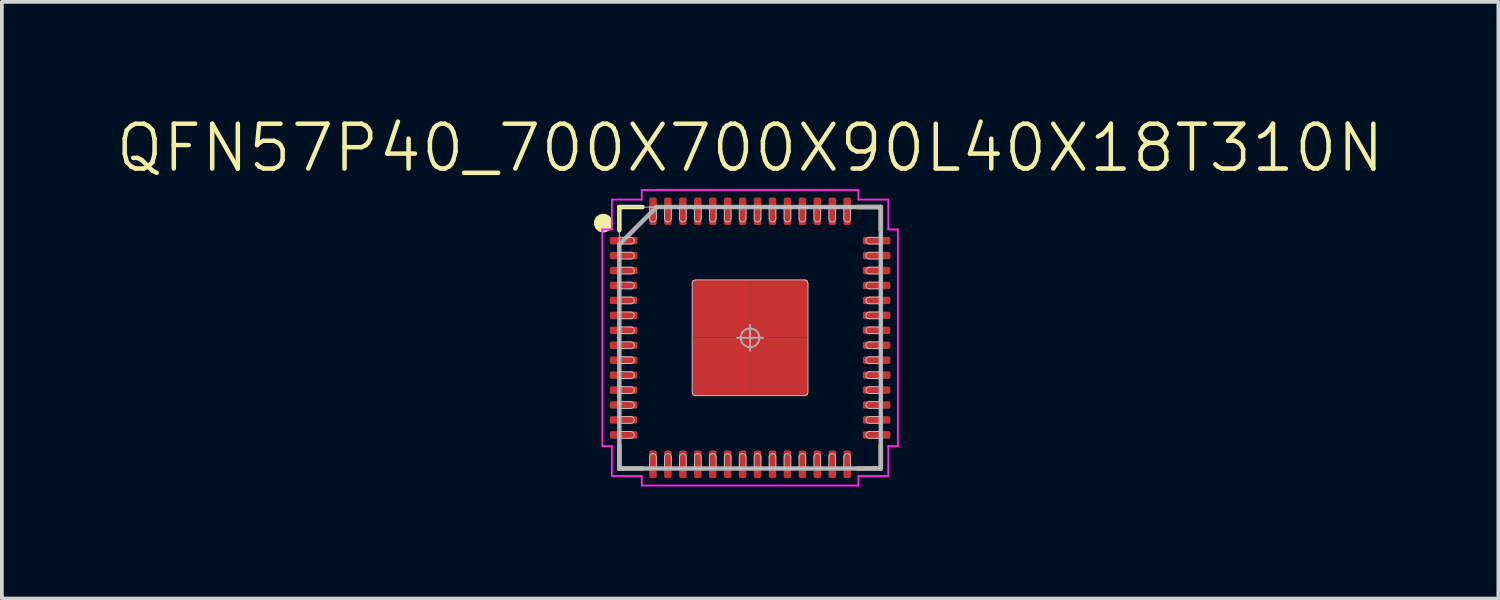
<source format=kicad_pcb>
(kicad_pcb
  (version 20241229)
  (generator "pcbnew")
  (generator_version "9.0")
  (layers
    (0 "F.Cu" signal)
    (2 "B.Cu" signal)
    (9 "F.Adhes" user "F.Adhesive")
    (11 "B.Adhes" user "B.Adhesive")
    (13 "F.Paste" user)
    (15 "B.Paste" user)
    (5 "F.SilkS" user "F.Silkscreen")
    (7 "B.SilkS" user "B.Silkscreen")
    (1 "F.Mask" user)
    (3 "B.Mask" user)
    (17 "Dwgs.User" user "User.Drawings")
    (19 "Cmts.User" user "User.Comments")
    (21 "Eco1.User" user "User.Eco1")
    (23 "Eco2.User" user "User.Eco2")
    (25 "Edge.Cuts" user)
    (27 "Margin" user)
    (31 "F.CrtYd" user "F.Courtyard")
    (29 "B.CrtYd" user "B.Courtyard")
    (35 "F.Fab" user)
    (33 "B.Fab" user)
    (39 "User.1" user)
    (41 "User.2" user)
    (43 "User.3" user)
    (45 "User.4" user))
  (footprint "QFN57P40_700X700X90L40X18T310N"
    (layer "F.Cu")
    (at 17.031 5.993)
    (property "Reference" "QFN57P40_700X700X90L40X18T310N" (at 0 -5.08 0) (layer "F.SilkS") (effects (font (size 1.2 1.2) (thickness 0.12))))
    (attr smd)
    (fp_line (start -3.5 -3.5) (end -2.88 -3.5) (stroke (width 0.12) (type solid)) (layer "F.SilkS"))
    (fp_line (start -3.5 -2.88) (end -3.5 -3.5) (stroke (width 0.12) (type solid)) (layer "F.SilkS"))
    (fp_line (start -3.5 2.88) (end -3.5 3.5) (stroke (width 0.12) (type solid)) (layer "F.SilkS"))
    (fp_line (start -3.5 3.5) (end -2.88 3.5) (stroke (width 0.12) (type solid)) (layer "F.SilkS"))
    (fp_line (start 3.5 -3.5) (end 2.88 -3.5) (stroke (width 0.12) (type solid)) (layer "F.SilkS"))
    (fp_line (start 3.5 -2.88) (end 3.5 -3.5) (stroke (width 0.12) (type solid)) (layer "F.SilkS"))
    (fp_line (start 3.5 2.88) (end 3.5 3.5) (stroke (width 0.12) (type solid)) (layer "F.SilkS"))
    (fp_line (start 3.5 3.5) (end 2.88 3.5) (stroke (width 0.12) (type solid)) (layer "F.SilkS"))
    (fp_circle (center -3.93 -3.07) (end -3.93 -2.945) (stroke (width 0.25) (type solid)) (fill no) (layer "F.SilkS"))
    (fp_line (start -3.5 -3.5) (end 3.5 -3.5) (stroke (width 0.025) (type solid)) (layer "Dwgs.User"))
    (fp_line (start -3.5 -2.69) (end -3.5 -2.51) (stroke (width 0.025) (type solid)) (layer "Dwgs.User"))
    (fp_line (start -3.5 -2.51) (end -3.19 -2.51) (stroke (width 0.025) (type solid)) (layer "Dwgs.User"))
    (fp_line (start -3.5 -2.29) (end -3.5 -2.11) (stroke (width 0.025) (type solid)) (layer "Dwgs.User"))
    (fp_line (start -3.5 -2.11) (end -3.19 -2.11) (stroke (width 0.025) (type solid)) (layer "Dwgs.User"))
    (fp_line (start -3.5 -1.89) (end -3.5 -1.71) (stroke (width 0.025) (type solid)) (layer "Dwgs.User"))
    (fp_line (start -3.5 -1.71) (end -3.19 -1.71) (stroke (width 0.025) (type solid)) (layer "Dwgs.User"))
    (fp_line (start -3.5 -1.49) (end -3.5 -1.31) (stroke (width 0.025) (type solid)) (layer "Dwgs.User"))
    (fp_line (start -3.5 -1.31) (end -3.19 -1.31) (stroke (width 0.025) (type solid)) (layer "Dwgs.User"))
    (fp_line (start -3.5 -1.09) (end -3.5 -0.91) (stroke (width 0.025) (type solid)) (layer "Dwgs.User"))
    (fp_line (start -3.5 -0.91) (end -3.19 -0.91) (stroke (width 0.025) (type solid)) (layer "Dwgs.User"))
    (fp_line (start -3.5 -0.69) (end -3.5 -0.51) (stroke (width 0.025) (type solid)) (layer "Dwgs.User"))
    (fp_line (start -3.5 -0.51) (end -3.19 -0.51) (stroke (width 0.025) (type solid)) (layer "Dwgs.User"))
    (fp_line (start -3.5 -0.29) (end -3.5 -0.11) (stroke (width 0.025) (type solid)) (layer "Dwgs.User"))
    (fp_line (start -3.5 -0.11) (end -3.19 -0.11) (stroke (width 0.025) (type solid)) (layer "Dwgs.User"))
    (fp_line (start -3.5 0.11) (end -3.5 0.29) (stroke (width 0.025) (type solid)) (layer "Dwgs.User"))
    (fp_line (start -3.5 0.29) (end -3.19 0.29) (stroke (width 0.025) (type solid)) (layer "Dwgs.User"))
    (fp_line (start -3.5 0.51) (end -3.5 0.69) (stroke (width 0.025) (type solid)) (layer "Dwgs.User"))
    (fp_line (start -3.5 0.69) (end -3.19 0.69) (stroke (width 0.025) (type solid)) (layer "Dwgs.User"))
    (fp_line (start -3.5 0.91) (end -3.5 1.09) (stroke (width 0.025) (type solid)) (layer "Dwgs.User"))
    (fp_line (start -3.5 1.09) (end -3.19 1.09) (stroke (width 0.025) (type solid)) (layer "Dwgs.User"))
    (fp_line (start -3.5 1.31) (end -3.5 1.49) (stroke (width 0.025) (type solid)) (layer "Dwgs.User"))
    (fp_line (start -3.5 1.49) (end -3.19 1.49) (stroke (width 0.025) (type solid)) (layer "Dwgs.User"))
    (fp_line (start -3.5 1.71) (end -3.5 1.89) (stroke (width 0.025) (type solid)) (layer "Dwgs.User"))
    (fp_line (start -3.5 1.89) (end -3.19 1.89) (stroke (width 0.025) (type solid)) (layer "Dwgs.User"))
    (fp_line (start -3.5 2.11) (end -3.5 2.29) (stroke (width 0.025) (type solid)) (layer "Dwgs.User"))
    (fp_line (start -3.5 2.29) (end -3.19 2.29) (stroke (width 0.025) (type solid)) (layer "Dwgs.User"))
    (fp_line (start -3.5 2.51) (end -3.5 2.69) (stroke (width 0.025) (type solid)) (layer "Dwgs.User"))
    (fp_line (start -3.5 2.69) (end -3.19 2.69) (stroke (width 0.025) (type solid)) (layer "Dwgs.User"))
    (fp_line (start -3.5 3.5) (end -3.5 -3.5) (stroke (width 0.025) (type solid)) (layer "Dwgs.User"))
    (fp_line (start -3.19 -2.69) (end -3.5 -2.69) (stroke (width 0.025) (type solid)) (layer "Dwgs.User"))
    (fp_line (start -3.19 -2.29) (end -3.5 -2.29) (stroke (width 0.025) (type solid)) (layer "Dwgs.User"))
    (fp_line (start -3.19 -1.89) (end -3.5 -1.89) (stroke (width 0.025) (type solid)) (layer "Dwgs.User"))
    (fp_line (start -3.19 -1.49) (end -3.5 -1.49) (stroke (width 0.025) (type solid)) (layer "Dwgs.User"))
    (fp_line (start -3.19 -1.09) (end -3.5 -1.09) (stroke (width 0.025) (type solid)) (layer "Dwgs.User"))
    (fp_line (start -3.19 -0.69) (end -3.5 -0.69) (stroke (width 0.025) (type solid)) (layer "Dwgs.User"))
    (fp_line (start -3.19 -0.29) (end -3.5 -0.29) (stroke (width 0.025) (type solid)) (layer "Dwgs.User"))
    (fp_line (start -3.19 0.11) (end -3.5 0.11) (stroke (width 0.025) (type solid)) (layer "Dwgs.User"))
    (fp_line (start -3.19 0.51) (end -3.5 0.51) (stroke (width 0.025) (type solid)) (layer "Dwgs.User"))
    (fp_line (start -3.19 0.91) (end -3.5 0.91) (stroke (width 0.025) (type solid)) (layer "Dwgs.User"))
    (fp_line (start -3.19 1.31) (end -3.5 1.31) (stroke (width 0.025) (type solid)) (layer "Dwgs.User"))
    (fp_line (start -3.19 1.71) (end -3.5 1.71) (stroke (width 0.025) (type solid)) (layer "Dwgs.User"))
    (fp_line (start -3.19 2.11) (end -3.5 2.11) (stroke (width 0.025) (type solid)) (layer "Dwgs.User"))
    (fp_line (start -3.19 2.51) (end -3.5 2.51) (stroke (width 0.025) (type solid)) (layer "Dwgs.User"))
    (fp_line (start -2.69 -3.5) (end -2.69 -3.19) (stroke (width 0.025) (type solid)) (layer "Dwgs.User"))
    (fp_line (start -2.69 3.19) (end -2.69 3.5) (stroke (width 0.025) (type solid)) (layer "Dwgs.User"))
    (fp_line (start -2.69 3.5) (end -2.51 3.5) (stroke (width 0.025) (type solid)) (layer "Dwgs.User"))
    (fp_line (start -2.51 -3.5) (end -2.69 -3.5) (stroke (width 0.025) (type solid)) (layer "Dwgs.User"))
    (fp_line (start -2.51 -3.19) (end -2.51 -3.5) (stroke (width 0.025) (type solid)) (layer "Dwgs.User"))
    (fp_line (start -2.51 3.5) (end -2.51 3.19) (stroke (width 0.025) (type solid)) (layer "Dwgs.User"))
    (fp_line (start -2.29 -3.5) (end -2.29 -3.19) (stroke (width 0.025) (type solid)) (layer "Dwgs.User"))
    (fp_line (start -2.29 3.19) (end -2.29 3.5) (stroke (width 0.025) (type solid)) (layer "Dwgs.User"))
    (fp_line (start -2.29 3.5) (end -2.11 3.5) (stroke (width 0.025) (type solid)) (layer "Dwgs.User"))
    (fp_line (start -2.11 -3.5) (end -2.29 -3.5) (stroke (width 0.025) (type solid)) (layer "Dwgs.User"))
    (fp_line (start -2.11 -3.19) (end -2.11 -3.5) (stroke (width 0.025) (type solid)) (layer "Dwgs.User"))
    (fp_line (start -2.11 3.5) (end -2.11 3.19) (stroke (width 0.025) (type solid)) (layer "Dwgs.User"))
    (fp_line (start -1.89 -3.5) (end -1.89 -3.19) (stroke (width 0.025) (type solid)) (layer "Dwgs.User"))
    (fp_line (start -1.89 3.19) (end -1.89 3.5) (stroke (width 0.025) (type solid)) (layer "Dwgs.User"))
    (fp_line (start -1.89 3.5) (end -1.71 3.5) (stroke (width 0.025) (type solid)) (layer "Dwgs.User"))
    (fp_line (start -1.71 -3.5) (end -1.89 -3.5) (stroke (width 0.025) (type solid)) (layer "Dwgs.User"))
    (fp_line (start -1.71 -3.19) (end -1.71 -3.5) (stroke (width 0.025) (type solid)) (layer "Dwgs.User"))
    (fp_line (start -1.71 3.5) (end -1.71 3.19) (stroke (width 0.025) (type solid)) (layer "Dwgs.User"))
    (fp_line (start -1.55 -1.45) (end -1.55 1.45) (stroke (width 0.025) (type solid)) (layer "Dwgs.User"))
    (fp_line (start -1.49 -3.5) (end -1.49 -3.19) (stroke (width 0.025) (type solid)) (layer "Dwgs.User"))
    (fp_line (start -1.49 3.19) (end -1.49 3.5) (stroke (width 0.025) (type solid)) (layer "Dwgs.User"))
    (fp_line (start -1.49 3.5) (end -1.31 3.5) (stroke (width 0.025) (type solid)) (layer "Dwgs.User"))
    (fp_line (start -1.45 1.55) (end 1.45 1.55) (stroke (width 0.025) (type solid)) (layer "Dwgs.User"))
    (fp_line (start -1.31 -3.5) (end -1.49 -3.5) (stroke (width 0.025) (type solid)) (layer "Dwgs.User"))
    (fp_line (start -1.31 -3.19) (end -1.31 -3.5) (stroke (width 0.025) (type solid)) (layer "Dwgs.User"))
    (fp_line (start -1.31 3.5) (end -1.31 3.19) (stroke (width 0.025) (type solid)) (layer "Dwgs.User"))
    (fp_line (start -1.09 -3.5) (end -1.09 -3.19) (stroke (width 0.025) (type solid)) (layer "Dwgs.User"))
    (fp_line (start -1.09 3.19) (end -1.09 3.5) (stroke (width 0.025) (type solid)) (layer "Dwgs.User"))
    (fp_line (start -1.09 3.5) (end -0.91 3.5) (stroke (width 0.025) (type solid)) (layer "Dwgs.User"))
    (fp_line (start -0.91 -3.5) (end -1.09 -3.5) (stroke (width 0.025) (type solid)) (layer "Dwgs.User"))
    (fp_line (start -0.91 -3.19) (end -0.91 -3.5) (stroke (width 0.025) (type solid)) (layer "Dwgs.User"))
    (fp_line (start -0.91 3.5) (end -0.91 3.19) (stroke (width 0.025) (type solid)) (layer "Dwgs.User"))
    (fp_line (start -0.69 -3.5) (end -0.69 -3.19) (stroke (width 0.025) (type solid)) (layer "Dwgs.User"))
    (fp_line (start -0.69 3.19) (end -0.69 3.5) (stroke (width 0.025) (type solid)) (layer "Dwgs.User"))
    (fp_line (start -0.69 3.5) (end -0.51 3.5) (stroke (width 0.025) (type solid)) (layer "Dwgs.User"))
    (fp_line (start -0.51 -3.5) (end -0.69 -3.5) (stroke (width 0.025) (type solid)) (layer "Dwgs.User"))
    (fp_line (start -0.51 -3.19) (end -0.51 -3.5) (stroke (width 0.025) (type solid)) (layer "Dwgs.User"))
    (fp_line (start -0.51 3.5) (end -0.51 3.19) (stroke (width 0.025) (type solid)) (layer "Dwgs.User"))
    (fp_line (start -0.29 -3.5) (end -0.29 -3.19) (stroke (width 0.025) (type solid)) (layer "Dwgs.User"))
    (fp_line (start -0.29 3.19) (end -0.29 3.5) (stroke (width 0.025) (type solid)) (layer "Dwgs.User"))
    (fp_line (start -0.29 3.5) (end -0.11 3.5) (stroke (width 0.025) (type solid)) (layer "Dwgs.User"))
    (fp_line (start -0.11 -3.5) (end -0.29 -3.5) (stroke (width 0.025) (type solid)) (layer "Dwgs.User"))
    (fp_line (start -0.11 -3.19) (end -0.11 -3.5) (stroke (width 0.025) (type solid)) (layer "Dwgs.User"))
    (fp_line (start -0.11 3.5) (end -0.11 3.19) (stroke (width 0.025) (type solid)) (layer "Dwgs.User"))
    (fp_line (start 0.11 -3.5) (end 0.11 -3.19) (stroke (width 0.025) (type solid)) (layer "Dwgs.User"))
    (fp_line (start 0.11 3.19) (end 0.11 3.5) (stroke (width 0.025) (type solid)) (layer "Dwgs.User"))
    (fp_line (start 0.11 3.5) (end 0.29 3.5) (stroke (width 0.025) (type solid)) (layer "Dwgs.User"))
    (fp_line (start 0.29 -3.5) (end 0.11 -3.5) (stroke (width 0.025) (type solid)) (layer "Dwgs.User"))
    (fp_line (start 0.29 -3.19) (end 0.29 -3.5) (stroke (width 0.025) (type solid)) (layer "Dwgs.User"))
    (fp_line (start 0.29 3.5) (end 0.29 3.19) (stroke (width 0.025) (type solid)) (layer "Dwgs.User"))
    (fp_line (start 0.51 -3.5) (end 0.51 -3.19) (stroke (width 0.025) (type solid)) (layer "Dwgs.User"))
    (fp_line (start 0.51 3.19) (end 0.51 3.5) (stroke (width 0.025) (type solid)) (layer "Dwgs.User"))
    (fp_line (start 0.51 3.5) (end 0.69 3.5) (stroke (width 0.025) (type solid)) (layer "Dwgs.User"))
    (fp_line (start 0.69 -3.5) (end 0.51 -3.5) (stroke (width 0.025) (type solid)) (layer "Dwgs.User"))
    (fp_line (start 0.69 -3.19) (end 0.69 -3.5) (stroke (width 0.025) (type solid)) (layer "Dwgs.User"))
    (fp_line (start 0.69 3.5) (end 0.69 3.19) (stroke (width 0.025) (type solid)) (layer "Dwgs.User"))
    (fp_line (start 0.91 -3.5) (end 0.91 -3.19) (stroke (width 0.025) (type solid)) (layer "Dwgs.User"))
    (fp_line (start 0.91 3.19) (end 0.91 3.5) (stroke (width 0.025) (type solid)) (layer "Dwgs.User"))
    (fp_line (start 0.91 3.5) (end 1.09 3.5) (stroke (width 0.025) (type solid)) (layer "Dwgs.User"))
    (fp_line (start 1.09 -3.5) (end 0.91 -3.5) (stroke (width 0.025) (type solid)) (layer "Dwgs.User"))
    (fp_line (start 1.09 -3.19) (end 1.09 -3.5) (stroke (width 0.025) (type solid)) (layer "Dwgs.User"))
    (fp_line (start 1.09 3.5) (end 1.09 3.19) (stroke (width 0.025) (type solid)) (layer "Dwgs.User"))
    (fp_line (start 1.31 -3.5) (end 1.31 -3.19) (stroke (width 0.025) (type solid)) (layer "Dwgs.User"))
    (fp_line (start 1.31 3.19) (end 1.31 3.5) (stroke (width 0.025) (type solid)) (layer "Dwgs.User"))
    (fp_line (start 1.31 3.5) (end 1.49 3.5) (stroke (width 0.025) (type solid)) (layer "Dwgs.User"))
    (fp_line (start 1.45 -1.55) (end -1.45 -1.55) (stroke (width 0.025) (type solid)) (layer "Dwgs.User"))
    (fp_line (start 1.49 -3.5) (end 1.31 -3.5) (stroke (width 0.025) (type solid)) (layer "Dwgs.User"))
    (fp_line (start 1.49 -3.19) (end 1.49 -3.5) (stroke (width 0.025) (type solid)) (layer "Dwgs.User"))
    (fp_line (start 1.49 3.5) (end 1.49 3.19) (stroke (width 0.025) (type solid)) (layer "Dwgs.User"))
    (fp_line (start 1.55 1.45) (end 1.55 -1.45) (stroke (width 0.025) (type solid)) (layer "Dwgs.User"))
    (fp_line (start 1.71 -3.5) (end 1.71 -3.19) (stroke (width 0.025) (type solid)) (layer "Dwgs.User"))
    (fp_line (start 1.71 3.19) (end 1.71 3.5) (stroke (width 0.025) (type solid)) (layer "Dwgs.User"))
    (fp_line (start 1.71 3.5) (end 1.89 3.5) (stroke (width 0.025) (type solid)) (layer "Dwgs.User"))
    (fp_line (start 1.89 -3.5) (end 1.71 -3.5) (stroke (width 0.025) (type solid)) (layer "Dwgs.User"))
    (fp_line (start 1.89 -3.19) (end 1.89 -3.5) (stroke (width 0.025) (type solid)) (layer "Dwgs.User"))
    (fp_line (start 1.89 3.5) (end 1.89 3.19) (stroke (width 0.025) (type solid)) (layer "Dwgs.User"))
    (fp_line (start 2.11 -3.5) (end 2.11 -3.19) (stroke (width 0.025) (type solid)) (layer "Dwgs.User"))
    (fp_line (start 2.11 3.19) (end 2.11 3.5) (stroke (width 0.025) (type solid)) (layer "Dwgs.User"))
    (fp_line (start 2.11 3.5) (end 2.29 3.5) (stroke (width 0.025) (type solid)) (layer "Dwgs.User"))
    (fp_line (start 2.29 -3.5) (end 2.11 -3.5) (stroke (width 0.025) (type solid)) (layer "Dwgs.User"))
    (fp_line (start 2.29 -3.19) (end 2.29 -3.5) (stroke (width 0.025) (type solid)) (layer "Dwgs.User"))
    (fp_line (start 2.29 3.5) (end 2.29 3.19) (stroke (width 0.025) (type solid)) (layer "Dwgs.User"))
    (fp_line (start 2.51 -3.5) (end 2.51 -3.19) (stroke (width 0.025) (type solid)) (layer "Dwgs.User"))
    (fp_line (start 2.51 3.19) (end 2.51 3.5) (stroke (width 0.025) (type solid)) (layer "Dwgs.User"))
    (fp_line (start 2.51 3.5) (end 2.69 3.5) (stroke (width 0.025) (type solid)) (layer "Dwgs.User"))
    (fp_line (start 2.69 -3.5) (end 2.51 -3.5) (stroke (width 0.025) (type solid)) (layer "Dwgs.User"))
    (fp_line (start 2.69 -3.19) (end 2.69 -3.5) (stroke (width 0.025) (type solid)) (layer "Dwgs.User"))
    (fp_line (start 2.69 3.5) (end 2.69 3.19) (stroke (width 0.025) (type solid)) (layer "Dwgs.User"))
    (fp_line (start 3.19 -2.51) (end 3.5 -2.51) (stroke (width 0.025) (type solid)) (layer "Dwgs.User"))
    (fp_line (start 3.19 -2.11) (end 3.5 -2.11) (stroke (width 0.025) (type solid)) (layer "Dwgs.User"))
    (fp_line (start 3.19 -1.71) (end 3.5 -1.71) (stroke (width 0.025) (type solid)) (layer "Dwgs.User"))
    (fp_line (start 3.19 -1.31) (end 3.5 -1.31) (stroke (width 0.025) (type solid)) (layer "Dwgs.User"))
    (fp_line (start 3.19 -0.91) (end 3.5 -0.91) (stroke (width 0.025) (type solid)) (layer "Dwgs.User"))
    (fp_line (start 3.19 -0.51) (end 3.5 -0.51) (stroke (width 0.025) (type solid)) (layer "Dwgs.User"))
    (fp_line (start 3.19 -0.11) (end 3.5 -0.11) (stroke (width 0.025) (type solid)) (layer "Dwgs.User"))
    (fp_line (start 3.19 0.29) (end 3.5 0.29) (stroke (width 0.025) (type solid)) (layer "Dwgs.User"))
    (fp_line (start 3.19 0.69) (end 3.5 0.69) (stroke (width 0.025) (type solid)) (layer "Dwgs.User"))
    (fp_line (start 3.19 1.09) (end 3.5 1.09) (stroke (width 0.025) (type solid)) (layer "Dwgs.User"))
    (fp_line (start 3.19 1.49) (end 3.5 1.49) (stroke (width 0.025) (type solid)) (layer "Dwgs.User"))
    (fp_line (start 3.19 1.89) (end 3.5 1.89) (stroke (width 0.025) (type solid)) (layer "Dwgs.User"))
    (fp_line (start 3.19 2.29) (end 3.5 2.29) (stroke (width 0.025) (type solid)) (layer "Dwgs.User"))
    (fp_line (start 3.19 2.69) (end 3.5 2.69) (stroke (width 0.025) (type solid)) (layer "Dwgs.User"))
    (fp_line (start 3.5 -3.5) (end 3.5 3.5) (stroke (width 0.025) (type solid)) (layer "Dwgs.User"))
    (fp_line (start 3.5 -2.69) (end 3.19 -2.69) (stroke (width 0.025) (type solid)) (layer "Dwgs.User"))
    (fp_line (start 3.5 -2.51) (end 3.5 -2.69) (stroke (width 0.025) (type solid)) (layer "Dwgs.User"))
    (fp_line (start 3.5 -2.29) (end 3.19 -2.29) (stroke (width 0.025) (type solid)) (layer "Dwgs.User"))
    (fp_line (start 3.5 -2.11) (end 3.5 -2.29) (stroke (width 0.025) (type solid)) (layer "Dwgs.User"))
    (fp_line (start 3.5 -1.89) (end 3.19 -1.89) (stroke (width 0.025) (type solid)) (layer "Dwgs.User"))
    (fp_line (start 3.5 -1.71) (end 3.5 -1.89) (stroke (width 0.025) (type solid)) (layer "Dwgs.User"))
    (fp_line (start 3.5 -1.49) (end 3.19 -1.49) (stroke (width 0.025) (type solid)) (layer "Dwgs.User"))
    (fp_line (start 3.5 -1.31) (end 3.5 -1.49) (stroke (width 0.025) (type solid)) (layer "Dwgs.User"))
    (fp_line (start 3.5 -1.09) (end 3.19 -1.09) (stroke (width 0.025) (type solid)) (layer "Dwgs.User"))
    (fp_line (start 3.5 -0.91) (end 3.5 -1.09) (stroke (width 0.025) (type solid)) (layer "Dwgs.User"))
    (fp_line (start 3.5 -0.69) (end 3.19 -0.69) (stroke (width 0.025) (type solid)) (layer "Dwgs.User"))
    (fp_line (start 3.5 -0.51) (end 3.5 -0.69) (stroke (width 0.025) (type solid)) (layer "Dwgs.User"))
    (fp_line (start 3.5 -0.29) (end 3.19 -0.29) (stroke (width 0.025) (type solid)) (layer "Dwgs.User"))
    (fp_line (start 3.5 -0.11) (end 3.5 -0.29) (stroke (width 0.025) (type solid)) (layer "Dwgs.User"))
    (fp_line (start 3.5 0.11) (end 3.19 0.11) (stroke (width 0.025) (type solid)) (layer "Dwgs.User"))
    (fp_line (start 3.5 0.29) (end 3.5 0.11) (stroke (width 0.025) (type solid)) (layer "Dwgs.User"))
    (fp_line (start 3.5 0.51) (end 3.19 0.51) (stroke (width 0.025) (type solid)) (layer "Dwgs.User"))
    (fp_line (start 3.5 0.69) (end 3.5 0.51) (stroke (width 0.025) (type solid)) (layer "Dwgs.User"))
    (fp_line (start 3.5 0.91) (end 3.19 0.91) (stroke (width 0.025) (type solid)) (layer "Dwgs.User"))
    (fp_line (start 3.5 1.09) (end 3.5 0.91) (stroke (width 0.025) (type solid)) (layer "Dwgs.User"))
    (fp_line (start 3.5 1.31) (end 3.19 1.31) (stroke (width 0.025) (type solid)) (layer "Dwgs.User"))
    (fp_line (start 3.5 1.49) (end 3.5 1.31) (stroke (width 0.025) (type solid)) (layer "Dwgs.User"))
    (fp_line (start 3.5 1.71) (end 3.19 1.71) (stroke (width 0.025) (type solid)) (layer "Dwgs.User"))
    (fp_line (start 3.5 1.89) (end 3.5 1.71) (stroke (width 0.025) (type solid)) (layer "Dwgs.User"))
    (fp_line (start 3.5 2.11) (end 3.19 2.11) (stroke (width 0.025) (type solid)) (layer "Dwgs.User"))
    (fp_line (start 3.5 2.29) (end 3.5 2.11) (stroke (width 0.025) (type solid)) (layer "Dwgs.User"))
    (fp_line (start 3.5 2.51) (end 3.19 2.51) (stroke (width 0.025) (type solid)) (layer "Dwgs.User"))
    (fp_line (start 3.5 2.69) (end 3.5 2.51) (stroke (width 0.025) (type solid)) (layer "Dwgs.User"))
    (fp_line (start 3.5 3.5) (end -3.5 3.5) (stroke (width 0.025) (type solid)) (layer "Dwgs.User"))
    (fp_arc (start -3.19 -2.69) (mid -3.1 -2.6) (end -3.19 -2.51) (stroke (width 0.025) (type solid)) (layer "Dwgs.User"))
    (fp_arc (start -3.19 -2.29) (mid -3.1 -2.2) (end -3.19 -2.11) (stroke (width 0.025) (type solid)) (layer "Dwgs.User"))
    (fp_arc (start -3.19 -1.89) (mid -3.1 -1.8) (end -3.19 -1.71) (stroke (width 0.025) (type solid)) (layer "Dwgs.User"))
    (fp_arc (start -3.19 -1.49) (mid -3.1 -1.4) (end -3.19 -1.31) (stroke (width 0.025) (type solid)) (layer "Dwgs.User"))
    (fp_arc (start -3.19 -1.09) (mid -3.1 -1) (end -3.19 -0.91) (stroke (width 0.025) (type solid)) (layer "Dwgs.User"))
    (fp_arc (start -3.19 -0.69) (mid -3.1 -0.6) (end -3.19 -0.51) (stroke (width 0.025) (type solid)) (layer "Dwgs.User"))
    (fp_arc (start -3.19 -0.29) (mid -3.1 -0.2) (end -3.19 -0.11) (stroke (width 0.025) (type solid)) (layer "Dwgs.User"))
    (fp_arc (start -3.19 0.11) (mid -3.1 0.2) (end -3.19 0.29) (stroke (width 0.025) (type solid)) (layer "Dwgs.User"))
    (fp_arc (start -3.19 0.51) (mid -3.1 0.6) (end -3.19 0.69) (stroke (width 0.025) (type solid)) (layer "Dwgs.User"))
    (fp_arc (start -3.19 0.91) (mid -3.1 1) (end -3.19 1.09) (stroke (width 0.025) (type solid)) (layer "Dwgs.User"))
    (fp_arc (start -3.19 1.31) (mid -3.1 1.4) (end -3.19 1.49) (stroke (width 0.025) (type solid)) (layer "Dwgs.User"))
    (fp_arc (start -3.19 1.71) (mid -3.1 1.8) (end -3.19 1.89) (stroke (width 0.025) (type solid)) (layer "Dwgs.User"))
    (fp_arc (start -3.19 2.11) (mid -3.1 2.2) (end -3.19 2.29) (stroke (width 0.025) (type solid)) (layer "Dwgs.User"))
    (fp_arc (start -3.19 2.51) (mid -3.1 2.6) (end -3.19 2.69) (stroke (width 0.025) (type solid)) (layer "Dwgs.User"))
    (fp_arc (start -2.69 3.19) (mid -2.6 3.1) (end -2.51 3.19) (stroke (width 0.025) (type solid)) (layer "Dwgs.User"))
    (fp_arc (start -2.51 -3.19) (mid -2.6 -3.1) (end -2.69 -3.19) (stroke (width 0.025) (type solid)) (layer "Dwgs.User"))
    (fp_arc (start -2.29 3.19) (mid -2.2 3.1) (end -2.11 3.19) (stroke (width 0.025) (type solid)) (layer "Dwgs.User"))
    (fp_arc (start -2.11 -3.19) (mid -2.2 -3.1) (end -2.29 -3.19) (stroke (width 0.025) (type solid)) (layer "Dwgs.User"))
    (fp_arc (start -1.89 3.19) (mid -1.8 3.1) (end -1.71 3.19) (stroke (width 0.025) (type solid)) (layer "Dwgs.User"))
    (fp_arc (start -1.71 -3.19) (mid -1.8 -3.1) (end -1.89 -3.19) (stroke (width 0.025) (type solid)) (layer "Dwgs.User"))
    (fp_arc (start -1.55 -1.45) (mid -1.520711 -1.520711) (end -1.45 -1.55) (stroke (width 0.025) (type solid)) (layer "Dwgs.User"))
    (fp_arc (start -1.49 3.19) (mid -1.4 3.1) (end -1.31 3.19) (stroke (width 0.025) (type solid)) (layer "Dwgs.User"))
    (fp_arc (start -1.45 1.55) (mid -1.520711 1.520711) (end -1.55 1.45) (stroke (width 0.025) (type solid)) (layer "Dwgs.User"))
    (fp_arc (start -1.31 -3.19) (mid -1.4 -3.1) (end -1.49 -3.19) (stroke (width 0.025) (type solid)) (layer "Dwgs.User"))
    (fp_arc (start -1.09 3.19) (mid -1 3.1) (end -0.91 3.19) (stroke (width 0.025) (type solid)) (layer "Dwgs.User"))
    (fp_arc (start -0.91 -3.19) (mid -1 -3.1) (end -1.09 -3.19) (stroke (width 0.025) (type solid)) (layer "Dwgs.User"))
    (fp_arc (start -0.69 3.19) (mid -0.6 3.1) (end -0.51 3.19) (stroke (width 0.025) (type solid)) (layer "Dwgs.User"))
    (fp_arc (start -0.51 -3.19) (mid -0.6 -3.1) (end -0.69 -3.19) (stroke (width 0.025) (type solid)) (layer "Dwgs.User"))
    (fp_arc (start -0.29 3.19) (mid -0.2 3.1) (end -0.11 3.19) (stroke (width 0.025) (type solid)) (layer "Dwgs.User"))
    (fp_arc (start -0.11 -3.19) (mid -0.2 -3.1) (end -0.29 -3.19) (stroke (width 0.025) (type solid)) (layer "Dwgs.User"))
    (fp_arc (start 0.11 3.19) (mid 0.2 3.1) (end 0.29 3.19) (stroke (width 0.025) (type solid)) (layer "Dwgs.User"))
    (fp_arc (start 0.29 -3.19) (mid 0.2 -3.1) (end 0.11 -3.19) (stroke (width 0.025) (type solid)) (layer "Dwgs.User"))
    (fp_arc (start 0.51 3.19) (mid 0.6 3.1) (end 0.69 3.19) (stroke (width 0.025) (type solid)) (layer "Dwgs.User"))
    (fp_arc (start 0.69 -3.19) (mid 0.6 -3.1) (end 0.51 -3.19) (stroke (width 0.025) (type solid)) (layer "Dwgs.User"))
    (fp_arc (start 0.91 3.19) (mid 1 3.1) (end 1.09 3.19) (stroke (width 0.025) (type solid)) (layer "Dwgs.User"))
    (fp_arc (start 1.09 -3.19) (mid 1 -3.1) (end 0.91 -3.19) (stroke (width 0.025) (type solid)) (layer "Dwgs.User"))
    (fp_arc (start 1.31 3.19) (mid 1.4 3.1) (end 1.49 3.19) (stroke (width 0.025) (type solid)) (layer "Dwgs.User"))
    (fp_arc (start 1.45 -1.55) (mid 1.520711 -1.520711) (end 1.55 -1.45) (stroke (width 0.025) (type solid)) (layer "Dwgs.User"))
    (fp_arc (start 1.49 -3.19) (mid 1.4 -3.1) (end 1.31 -3.19) (stroke (width 0.025) (type solid)) (layer "Dwgs.User"))
    (fp_arc (start 1.55 1.45) (mid 1.520711 1.520711) (end 1.45 1.55) (stroke (width 0.025) (type solid)) (layer "Dwgs.User"))
    (fp_arc (start 1.71 3.19) (mid 1.8 3.1) (end 1.89 3.19) (stroke (width 0.025) (type solid)) (layer "Dwgs.User"))
    (fp_arc (start 1.89 -3.19) (mid 1.8 -3.1) (end 1.71 -3.19) (stroke (width 0.025) (type solid)) (layer "Dwgs.User"))
    (fp_arc (start 2.11 3.19) (mid 2.2 3.1) (end 2.29 3.19) (stroke (width 0.025) (type solid)) (layer "Dwgs.User"))
    (fp_arc (start 2.29 -3.19) (mid 2.2 -3.1) (end 2.11 -3.19) (stroke (width 0.025) (type solid)) (layer "Dwgs.User"))
    (fp_arc (start 2.51 3.19) (mid 2.6 3.1) (end 2.69 3.19) (stroke (width 0.025) (type solid)) (layer "Dwgs.User"))
    (fp_arc (start 2.69 -3.19) (mid 2.6 -3.1) (end 2.51 -3.19) (stroke (width 0.025) (type solid)) (layer "Dwgs.User"))
    (fp_arc (start 3.19 -2.51) (mid 3.1 -2.6) (end 3.19 -2.69) (stroke (width 0.025) (type solid)) (layer "Dwgs.User"))
    (fp_arc (start 3.19 -2.11) (mid 3.1 -2.2) (end 3.19 -2.29) (stroke (width 0.025) (type solid)) (layer "Dwgs.User"))
    (fp_arc (start 3.19 -1.71) (mid 3.1 -1.8) (end 3.19 -1.89) (stroke (width 0.025) (type solid)) (layer "Dwgs.User"))
    (fp_arc (start 3.19 -1.31) (mid 3.1 -1.4) (end 3.19 -1.49) (stroke (width 0.025) (type solid)) (layer "Dwgs.User"))
    (fp_arc (start 3.19 -0.91) (mid 3.1 -1) (end 3.19 -1.09) (stroke (width 0.025) (type solid)) (layer "Dwgs.User"))
    (fp_arc (start 3.19 -0.51) (mid 3.1 -0.6) (end 3.19 -0.69) (stroke (width 0.025) (type solid)) (layer "Dwgs.User"))
    (fp_arc (start 3.19 -0.11) (mid 3.1 -0.2) (end 3.19 -0.29) (stroke (width 0.025) (type solid)) (layer "Dwgs.User"))
    (fp_arc (start 3.19 0.29) (mid 3.1 0.2) (end 3.19 0.11) (stroke (width 0.025) (type solid)) (layer "Dwgs.User"))
    (fp_arc (start 3.19 0.69) (mid 3.1 0.6) (end 3.19 0.51) (stroke (width 0.025) (type solid)) (layer "Dwgs.User"))
    (fp_arc (start 3.19 1.09) (mid 3.1 1) (end 3.19 0.91) (stroke (width 0.025) (type solid)) (layer "Dwgs.User"))
    (fp_arc (start 3.19 1.49) (mid 3.1 1.4) (end 3.19 1.31) (stroke (width 0.025) (type solid)) (layer "Dwgs.User"))
    (fp_arc (start 3.19 1.89) (mid 3.1 1.8) (end 3.19 1.71) (stroke (width 0.025) (type solid)) (layer "Dwgs.User"))
    (fp_arc (start 3.19 2.29) (mid 3.1 2.2) (end 3.19 2.11) (stroke (width 0.025) (type solid)) (layer "Dwgs.User"))
    (fp_arc (start 3.19 2.69) (mid 3.1 2.6) (end 3.19 2.51) (stroke (width 0.025) (type solid)) (layer "Dwgs.User"))
    (fp_line (start -3.956 -2.9) (end -3.956 2.9) (stroke (width 0.05) (type solid)) (layer "F.CrtYd"))
    (fp_line (start -3.956 2.9) (end -3.7 2.9) (stroke (width 0.05) (type solid)) (layer "F.CrtYd"))
    (fp_line (start -3.7 -3.7) (end -3.7 -2.9) (stroke (width 0.05) (type solid)) (layer "F.CrtYd"))
    (fp_line (start -3.7 -2.9) (end -3.956 -2.9) (stroke (width 0.05) (type solid)) (layer "F.CrtYd"))
    (fp_line (start -3.7 2.9) (end -3.7 3.7) (stroke (width 0.05) (type solid)) (layer "F.CrtYd"))
    (fp_line (start -3.7 3.7) (end -2.9 3.7) (stroke (width 0.05) (type solid)) (layer "F.CrtYd"))
    (fp_line (start -2.9 -3.956) (end -2.9 -3.7) (stroke (width 0.05) (type solid)) (layer "F.CrtYd"))
    (fp_line (start -2.9 -3.7) (end -3.7 -3.7) (stroke (width 0.05) (type solid)) (layer "F.CrtYd"))
    (fp_line (start -2.9 3.7) (end -2.9 3.956) (stroke (width 0.05) (type solid)) (layer "F.CrtYd"))
    (fp_line (start -2.9 3.956) (end 2.9 3.956) (stroke (width 0.05) (type solid)) (layer "F.CrtYd"))
    (fp_line (start 2.9 -3.956) (end -2.9 -3.956) (stroke (width 0.05) (type solid)) (layer "F.CrtYd"))
    (fp_line (start 2.9 -3.7) (end 2.9 -3.956) (stroke (width 0.05) (type solid)) (layer "F.CrtYd"))
    (fp_line (start 2.9 3.7) (end 3.7 3.7) (stroke (width 0.05) (type solid)) (layer "F.CrtYd"))
    (fp_line (start 2.9 3.956) (end 2.9 3.7) (stroke (width 0.05) (type solid)) (layer "F.CrtYd"))
    (fp_line (start 3.7 -3.7) (end 2.9 -3.7) (stroke (width 0.05) (type solid)) (layer "F.CrtYd"))
    (fp_line (start 3.7 -2.9) (end 3.7 -3.7) (stroke (width 0.05) (type solid)) (layer "F.CrtYd"))
    (fp_line (start 3.7 2.9) (end 3.956 2.9) (stroke (width 0.05) (type solid)) (layer "F.CrtYd"))
    (fp_line (start 3.7 3.7) (end 3.7 2.9) (stroke (width 0.05) (type solid)) (layer "F.CrtYd"))
    (fp_line (start 3.956 -2.9) (end 3.7 -2.9) (stroke (width 0.05) (type solid)) (layer "F.CrtYd"))
    (fp_line (start 3.956 2.9) (end 3.956 -2.9) (stroke (width 0.05) (type solid)) (layer "F.CrtYd"))
    (fp_line (start -3.5 -2.5) (end -2.5 -3.5) (stroke (width 0.12) (type solid)) (layer "F.Fab"))
    (fp_line (start -3.5 3.5) (end -3.5 -2.5) (stroke (width 0.12) (type solid)) (layer "F.Fab"))
    (fp_line (start -2.5 -3.5) (end 3.5 -3.5) (stroke (width 0.12) (type solid)) (layer "F.Fab"))
    (fp_line (start 0 -0.35) (end 0 0.35) (stroke (width 0.05) (type solid)) (layer "F.Fab"))
    (fp_line (start 0.35 0) (end -0.35 0) (stroke (width 0.05) (type solid)) (layer "F.Fab"))
    (fp_line (start 3.5 -3.5) (end 3.5 3.5) (stroke (width 0.12) (type solid)) (layer "F.Fab"))
    (fp_line (start 3.5 3.5) (end -3.5 3.5) (stroke (width 0.12) (type solid)) (layer "F.Fab"))
    (fp_circle (center 0 0) (end 0.25 0) (stroke (width 0.05) (type solid)) (fill no) (layer "F.Fab"))
    (pad "" smd rect (at -0.775 -0.775) (size 1.096 1.096) (layers "F.Paste"))
    (pad "" smd rect (at -0.775 0.775) (size 1.096 1.096) (layers "F.Paste"))
    (pad "" smd rect (at 0.775 -0.775) (size 1.096 1.096) (layers "F.Paste"))
    (pad "" smd rect (at 0.775 0.775) (size 1.096 1.096) (layers "F.Paste"))
    (pad "1" smd roundrect (at -3.387 -2.6) (size 0.737 0.2) (layers "F.Cu" "F.Mask" "F.Paste") (roundrect_rratio 0.25))
    (pad "2" smd roundrect (at -3.387 -2.2) (size 0.737 0.2) (layers "F.Cu" "F.Mask" "F.Paste") (roundrect_rratio 0.25))
    (pad "3" smd roundrect (at -3.387 -1.8) (size 0.737 0.2) (layers "F.Cu" "F.Mask" "F.Paste") (roundrect_rratio 0.25))
    (pad "4" smd roundrect (at -3.387 -1.4) (size 0.737 0.2) (layers "F.Cu" "F.Mask" "F.Paste") (roundrect_rratio 0.25))
    (pad "5" smd roundrect (at -3.387 -1) (size 0.737 0.2) (layers "F.Cu" "F.Mask" "F.Paste") (roundrect_rratio 0.25))
    (pad "6" smd roundrect (at -3.387 -0.6) (size 0.737 0.2) (layers "F.Cu" "F.Mask" "F.Paste") (roundrect_rratio 0.25))
    (pad "7" smd roundrect (at -3.387 -0.2) (size 0.737 0.2) (layers "F.Cu" "F.Mask" "F.Paste") (roundrect_rratio 0.25))
    (pad "8" smd roundrect (at -3.387 0.2) (size 0.737 0.2) (layers "F.Cu" "F.Mask" "F.Paste") (roundrect_rratio 0.25))
    (pad "9" smd roundrect (at -3.387 0.6) (size 0.737 0.2) (layers "F.Cu" "F.Mask" "F.Paste") (roundrect_rratio 0.25))
    (pad "10" smd roundrect (at -3.387 1) (size 0.737 0.2) (layers "F.Cu" "F.Mask" "F.Paste") (roundrect_rratio 0.25))
    (pad "11" smd roundrect (at -3.387 1.4) (size 0.737 0.2) (layers "F.Cu" "F.Mask" "F.Paste") (roundrect_rratio 0.25))
    (pad "12" smd roundrect (at -3.387 1.8) (size 0.737 0.2) (layers "F.Cu" "F.Mask" "F.Paste") (roundrect_rratio 0.25))
    (pad "13" smd roundrect (at -3.387 2.2) (size 0.737 0.2) (layers "F.Cu" "F.Mask" "F.Paste") (roundrect_rratio 0.25))
    (pad "14" smd roundrect (at -3.387 2.6) (size 0.737 0.2) (layers "F.Cu" "F.Mask" "F.Paste") (roundrect_rratio 0.25))
    (pad "15" smd roundrect (at -2.6 3.387 90) (size 0.737 0.2) (layers "F.Cu" "F.Mask" "F.Paste") (roundrect_rratio 0.25))
    (pad "16" smd roundrect (at -2.2 3.387 90) (size 0.737 0.2) (layers "F.Cu" "F.Mask" "F.Paste") (roundrect_rratio 0.25))
    (pad "17" smd roundrect (at -1.8 3.387 90) (size 0.737 0.2) (layers "F.Cu" "F.Mask" "F.Paste") (roundrect_rratio 0.25))
    (pad "18" smd roundrect (at -1.4 3.387 90) (size 0.737 0.2) (layers "F.Cu" "F.Mask" "F.Paste") (roundrect_rratio 0.25))
    (pad "19" smd roundrect (at -1 3.387 90) (size 0.737 0.2) (layers "F.Cu" "F.Mask" "F.Paste") (roundrect_rratio 0.25))
    (pad "20" smd roundrect (at -0.6 3.387 90) (size 0.737 0.2) (layers "F.Cu" "F.Mask" "F.Paste") (roundrect_rratio 0.25))
    (pad "21" smd roundrect (at -0.2 3.387 90) (size 0.737 0.2) (layers "F.Cu" "F.Mask" "F.Paste") (roundrect_rratio 0.25))
    (pad "22" smd roundrect (at 0.2 3.387 90) (size 0.737 0.2) (layers "F.Cu" "F.Mask" "F.Paste") (roundrect_rratio 0.25))
    (pad "23" smd roundrect (at 0.6 3.387 90) (size 0.737 0.2) (layers "F.Cu" "F.Mask" "F.Paste") (roundrect_rratio 0.25))
    (pad "24" smd roundrect (at 1 3.387 90) (size 0.737 0.2) (layers "F.Cu" "F.Mask" "F.Paste") (roundrect_rratio 0.25))
    (pad "25" smd roundrect (at 1.4 3.387 90) (size 0.737 0.2) (layers "F.Cu" "F.Mask" "F.Paste") (roundrect_rratio 0.25))
    (pad "26" smd roundrect (at 1.8 3.387 90) (size 0.737 0.2) (layers "F.Cu" "F.Mask" "F.Paste") (roundrect_rratio 0.25))
    (pad "27" smd roundrect (at 2.2 3.387 90) (size 0.737 0.2) (layers "F.Cu" "F.Mask" "F.Paste") (roundrect_rratio 0.25))
    (pad "28" smd roundrect (at 2.6 3.387 90) (size 0.737 0.2) (layers "F.Cu" "F.Mask" "F.Paste") (roundrect_rratio 0.25))
    (pad "29" smd roundrect (at 3.387 2.6) (size 0.737 0.2) (layers "F.Cu" "F.Mask" "F.Paste") (roundrect_rratio 0.25))
    (pad "30" smd roundrect (at 3.387 2.2) (size 0.737 0.2) (layers "F.Cu" "F.Mask" "F.Paste") (roundrect_rratio 0.25))
    (pad "31" smd roundrect (at 3.387 1.8) (size 0.737 0.2) (layers "F.Cu" "F.Mask" "F.Paste") (roundrect_rratio 0.25))
    (pad "32" smd roundrect (at 3.387 1.4) (size 0.737 0.2) (layers "F.Cu" "F.Mask" "F.Paste") (roundrect_rratio 0.25))
    (pad "33" smd roundrect (at 3.387 1) (size 0.737 0.2) (layers "F.Cu" "F.Mask" "F.Paste") (roundrect_rratio 0.25))
    (pad "34" smd roundrect (at 3.387 0.6) (size 0.737 0.2) (layers "F.Cu" "F.Mask" "F.Paste") (roundrect_rratio 0.25))
    (pad "35" smd roundrect (at 3.387 0.2) (size 0.737 0.2) (layers "F.Cu" "F.Mask" "F.Paste") (roundrect_rratio 0.25))
    (pad "36" smd roundrect (at 3.387 -0.2) (size 0.737 0.2) (layers "F.Cu" "F.Mask" "F.Paste") (roundrect_rratio 0.25))
    (pad "37" smd roundrect (at 3.387 -0.6) (size 0.737 0.2) (layers "F.Cu" "F.Mask" "F.Paste") (roundrect_rratio 0.25))
    (pad "38" smd roundrect (at 3.387 -1) (size 0.737 0.2) (layers "F.Cu" "F.Mask" "F.Paste") (roundrect_rratio 0.25))
    (pad "39" smd roundrect (at 3.387 -1.4) (size 0.737 0.2) (layers "F.Cu" "F.Mask" "F.Paste") (roundrect_rratio 0.25))
    (pad "40" smd roundrect (at 3.387 -1.8) (size 0.737 0.2) (layers "F.Cu" "F.Mask" "F.Paste") (roundrect_rratio 0.25))
    (pad "41" smd roundrect (at 3.387 -2.2) (size 0.737 0.2) (layers "F.Cu" "F.Mask" "F.Paste") (roundrect_rratio 0.25))
    (pad "42" smd roundrect (at 3.387 -2.6) (size 0.737 0.2) (layers "F.Cu" "F.Mask" "F.Paste") (roundrect_rratio 0.25))
    (pad "43" smd roundrect (at 2.6 -3.387 90) (size 0.737 0.2) (layers "F.Cu" "F.Mask" "F.Paste") (roundrect_rratio 0.25))
    (pad "44" smd roundrect (at 2.2 -3.387 90) (size 0.737 0.2) (layers "F.Cu" "F.Mask" "F.Paste") (roundrect_rratio 0.25))
    (pad "45" smd roundrect (at 1.8 -3.387 90) (size 0.737 0.2) (layers "F.Cu" "F.Mask" "F.Paste") (roundrect_rratio 0.25))
    (pad "46" smd roundrect (at 1.4 -3.387 90) (size 0.737 0.2) (layers "F.Cu" "F.Mask" "F.Paste") (roundrect_rratio 0.25))
    (pad "47" smd roundrect (at 1 -3.387 90) (size 0.737 0.2) (layers "F.Cu" "F.Mask" "F.Paste") (roundrect_rratio 0.25))
    (pad "48" smd roundrect (at 0.6 -3.387 90) (size 0.737 0.2) (layers "F.Cu" "F.Mask" "F.Paste") (roundrect_rratio 0.25))
    (pad "49" smd roundrect (at 0.2 -3.387 90) (size 0.737 0.2) (layers "F.Cu" "F.Mask" "F.Paste") (roundrect_rratio 0.25))
    (pad "50" smd roundrect (at -0.2 -3.387 90) (size 0.737 0.2) (layers "F.Cu" "F.Mask" "F.Paste") (roundrect_rratio 0.25))
    (pad "51" smd roundrect (at -0.6 -3.387 90) (size 0.737 0.2) (layers "F.Cu" "F.Mask" "F.Paste") (roundrect_rratio 0.25))
    (pad "52" smd roundrect (at -1 -3.387 90) (size 0.737 0.2) (layers "F.Cu" "F.Mask" "F.Paste") (roundrect_rratio 0.25))
    (pad "53" smd roundrect (at -1.4 -3.387 90) (size 0.737 0.2) (layers "F.Cu" "F.Mask" "F.Paste") (roundrect_rratio 0.25))
    (pad "54" smd roundrect (at -1.8 -3.387 90) (size 0.737 0.2) (layers "F.Cu" "F.Mask" "F.Paste") (roundrect_rratio 0.25))
    (pad "55" smd roundrect (at -2.2 -3.387 90) (size 0.737 0.2) (layers "F.Cu" "F.Mask" "F.Paste") (roundrect_rratio 0.25))
    (pad "56" smd roundrect (at -2.6 -3.387 90) (size 0.737 0.2) (layers "F.Cu" "F.Mask" "F.Paste") (roundrect_rratio 0.25))
    (pad "57" smd rect (at -0.775 -0.775) (size 1.55 1.55) (layers "F.Cu" "F.Mask" "F.Paste"))
    (pad "57" smd rect (at -0.775 0.775) (size 1.55 1.55) (layers "F.Cu" "F.Mask" "F.Paste"))
    (pad "57" smd rect (at 0.775 -0.775) (size 1.55 1.55) (layers "F.Cu" "F.Mask" "F.Paste"))
    (pad "57" smd rect (at 0.775 0.775) (size 1.55 1.55) (layers "F.Cu" "F.Mask" "F.Paste")))
  (gr_rect
    (start -3 -3)
    (end 37.063 12.974)
    (stroke (width 0.1) (type default))
    (fill no)
    (layer "Edge.Cuts")))
</source>
